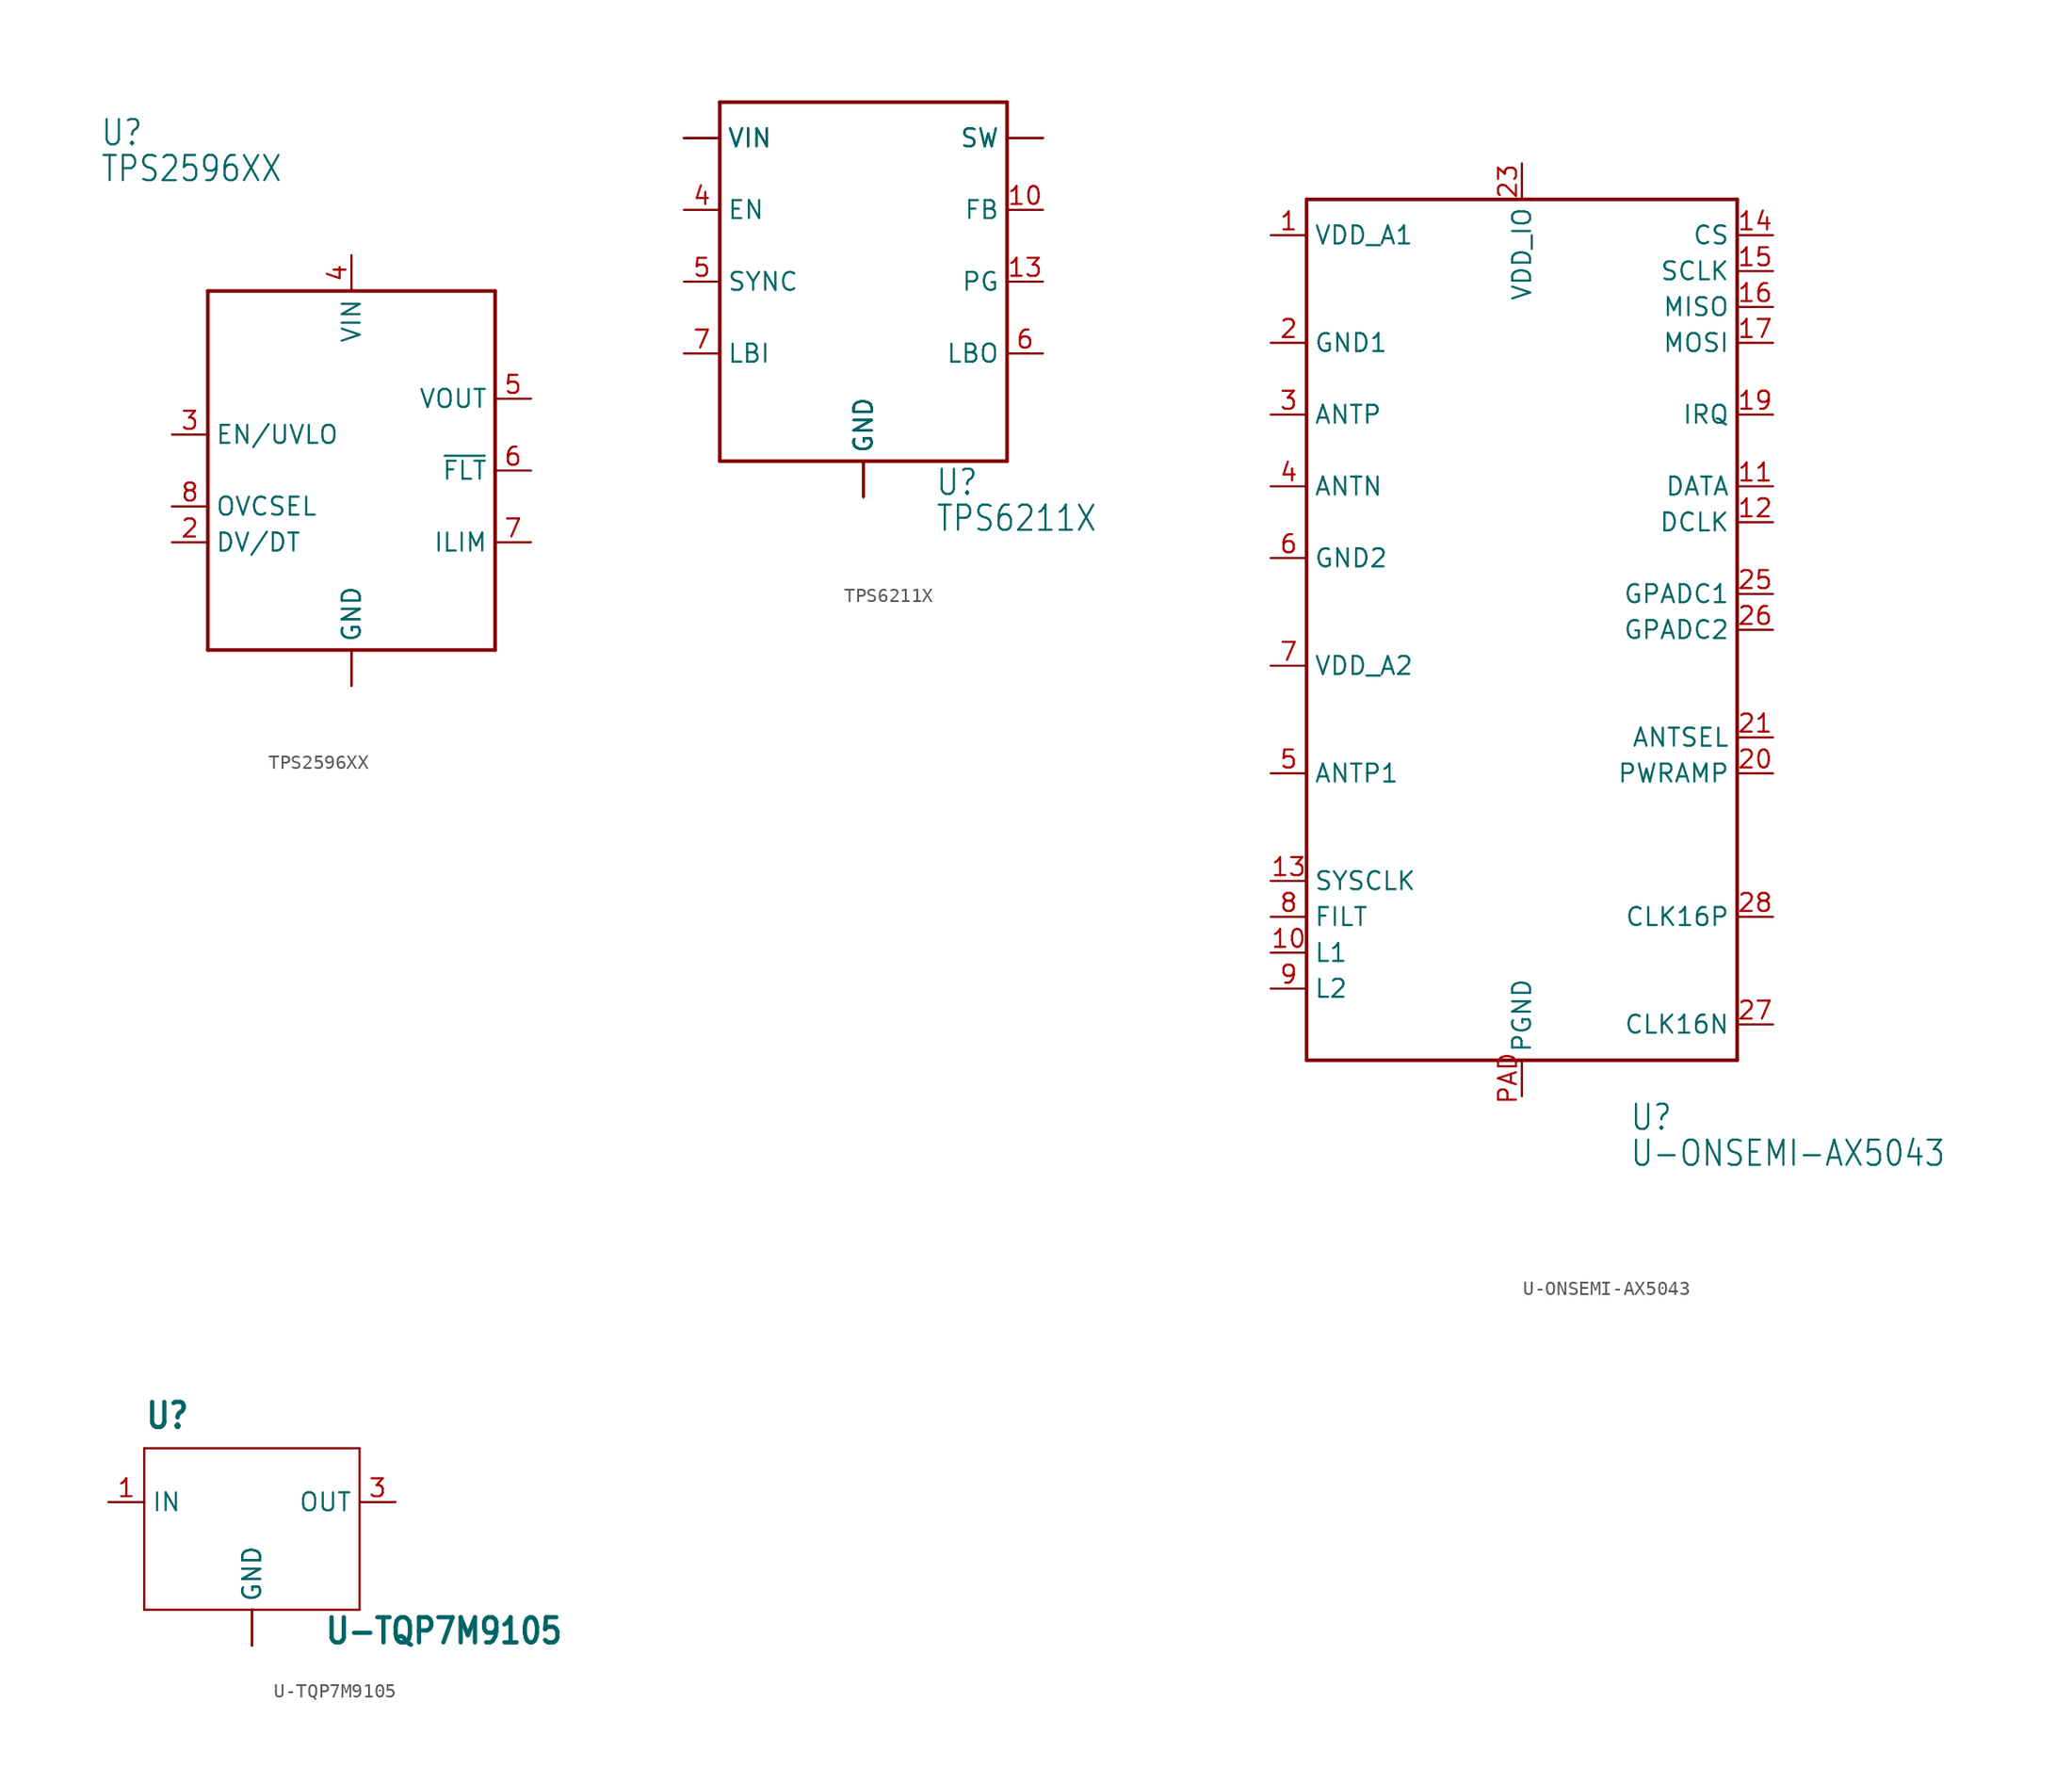
<source format=kicad_sym>
(kicad_symbol_lib
  (version 20211014)
  (generator kicad_symbol_editor)
  (symbol "TPS2596XX"
    (property "Reference" "U"
      (at -17.78 22.86 0)
      (effects (font (size 1.778 1.511)) (justify left bottom)))
    (property "Value" "TPS2596XX"
      (at -17.78 20.32 0)
      (effects (font (size 1.778 1.511)) (justify left bottom)))
    (property "ki_locked" ""
      (at 0 0 0)
      (effects (font (size 1.27 1.27))))
    (symbol "TPS2596XX_1_0"
      (polyline (pts (xy -10.16 -12.7) (xy 10.16 -12.7)) (stroke (width 0.254) (type default) (color 0 0 0 0)) (fill (type none)))
      (polyline (pts (xy -10.16 12.7) (xy -10.16 -12.7)) (stroke (width 0.254) (type default) (color 0 0 0 0)) (fill (type none)))
      (polyline (pts (xy 10.16 -12.7) (xy 10.16 12.7)) (stroke (width 0.254) (type default) (color 0 0 0 0)) (fill (type none)))
      (polyline (pts (xy 10.16 12.7) (xy -10.16 12.7)) (stroke (width 0.254) (type default) (color 0 0 0 0)) (fill (type none)))
      (pin bidirectional line (at 0 -15.24 90) (length 2.54) (name "GND" (effects (font (size 1.27 1.27)))) (number "1" (effects (font (size 0 0)))))
      (pin bidirectional line (at -12.7 -5.08 0) (length 2.54) (name "DV/DT" (effects (font (size 1.27 1.27)))) (number "2" (effects (font (size 1.27 1.27)))))
      (pin bidirectional line (at -12.7 2.54 0) (length 2.54) (name "EN/UVLO" (effects (font (size 1.27 1.27)))) (number "3" (effects (font (size 1.27 1.27)))))
      (pin power_in line (at 0 15.24 270) (length 2.54) (name "VIN" (effects (font (size 1.27 1.27)))) (number "4" (effects (font (size 1.27 1.27)))))
      (pin power_in line (at 12.7 5.08 180) (length 2.54) (name "VOUT" (effects (font (size 1.27 1.27)))) (number "5" (effects (font (size 1.27 1.27)))))
      (pin bidirectional line (at 12.7 0 180) (length 2.54) (name "~{FLT}" (effects (font (size 1.27 1.27)))) (number "6" (effects (font (size 1.27 1.27)))))
      (pin bidirectional line (at 12.7 -5.08 180) (length 2.54) (name "ILIM" (effects (font (size 1.27 1.27)))) (number "7" (effects (font (size 1.27 1.27)))))
      (pin bidirectional line (at -12.7 -2.54 0) (length 2.54) (name "OVCSEL" (effects (font (size 1.27 1.27)))) (number "8" (effects (font (size 1.27 1.27)))))
      (pin bidirectional line (at 0 -15.24 90) (length 2.54) (name "GND" (effects (font (size 1.27 1.27)))) (number "THERMAL" (effects (font (size 0 0)))))))
  (symbol "TPS6211X"
    (property "Reference" "U"
      (at 5.08 -17.78 0)
      (effects (font (size 1.778 1.511)) (justify left bottom)))
    (property "Value" "TPS6211X"
      (at 5.08 -20.32 0)
      (effects (font (size 1.778 1.511)) (justify left bottom)))
    (property "ki_locked" ""
      (at 0 0 0)
      (effects (font (size 1.27 1.27))))
    (symbol "TPS6211X_1_0"
      (polyline (pts (xy -10.16 -15.24) (xy -10.16 10.16)) (stroke (width 0.254) (type default) (color 0 0 0 0)) (fill (type none)))
      (polyline (pts (xy -10.16 10.16) (xy 10.16 10.16)) (stroke (width 0.254) (type default) (color 0 0 0 0)) (fill (type none)))
      (polyline (pts (xy 10.16 -15.24) (xy -10.16 -15.24)) (stroke (width 0.254) (type default) (color 0 0 0 0)) (fill (type none)))
      (polyline (pts (xy 10.16 10.16) (xy 10.16 -15.24)) (stroke (width 0.254) (type default) (color 0 0 0 0)) (fill (type none)))
      (pin power_in line (at 0 -17.78 90) (length 2.54) (name "GND" (effects (font (size 1.27 1.27)))) (number "1" (effects (font (size 0 0)))))
      (pin input line (at 12.7 2.54 180) (length 2.54) (name "FB" (effects (font (size 1.27 1.27)))) (number "10" (effects (font (size 1.27 1.27)))))
      (pin power_in line (at 0 -17.78 90) (length 2.54) (name "GND" (effects (font (size 1.27 1.27)))) (number "11" (effects (font (size 0 0)))))
      (pin power_in line (at 0 -17.78 90) (length 2.54) (name "GND" (effects (font (size 1.27 1.27)))) (number "12" (effects (font (size 0 0)))))
      (pin open_collector line (at 12.7 -2.54 180) (length 2.54) (name "PG" (effects (font (size 1.27 1.27)))) (number "13" (effects (font (size 1.27 1.27)))))
      (pin output line (at 12.7 7.62 180) (length 2.54) (name "SW" (effects (font (size 1.27 1.27)))) (number "14" (effects (font (size 0 0)))))
      (pin output line (at 12.7 7.62 180) (length 2.54) (name "SW" (effects (font (size 1.27 1.27)))) (number "15" (effects (font (size 0 0)))))
      (pin power_in line (at 0 -17.78 90) (length 2.54) (name "GND" (effects (font (size 1.27 1.27)))) (number "16" (effects (font (size 0 0)))))
      (pin power_in line (at -12.7 7.62 0) (length 2.54) (name "VIN" (effects (font (size 1.27 1.27)))) (number "2" (effects (font (size 0 0)))))
      (pin power_in line (at -12.7 7.62 0) (length 2.54) (name "VIN" (effects (font (size 1.27 1.27)))) (number "3" (effects (font (size 0 0)))))
      (pin input line (at -12.7 2.54 0) (length 2.54) (name "EN" (effects (font (size 1.27 1.27)))) (number "4" (effects (font (size 1.27 1.27)))))
      (pin input line (at -12.7 -2.54 0) (length 2.54) (name "SYNC" (effects (font (size 1.27 1.27)))) (number "5" (effects (font (size 1.27 1.27)))))
      (pin open_collector line (at 12.7 -7.62 180) (length 2.54) (name "LBO" (effects (font (size 1.27 1.27)))) (number "6" (effects (font (size 1.27 1.27)))))
      (pin input line (at -12.7 -7.62 0) (length 2.54) (name "LBI" (effects (font (size 1.27 1.27)))) (number "7" (effects (font (size 1.27 1.27)))))
      (pin power_in line (at -12.7 7.62 0) (length 2.54) (name "VIN" (effects (font (size 1.27 1.27)))) (number "8" (effects (font (size 0 0)))))
      (pin power_in line (at 0 -17.78 90) (length 2.54) (name "GND" (effects (font (size 1.27 1.27)))) (number "9" (effects (font (size 0 0)))))
      (pin power_in line (at 0 -17.78 90) (length 2.54) (name "GND" (effects (font (size 1.27 1.27)))) (number "PAD" (effects (font (size 0 0)))))))
  (symbol "U-ONSEMI-AX5043"
    (property "Reference" "U"
      (at 7.62 -50.8 0)
      (effects (font (size 1.778 1.511)) (justify left bottom)))
    (property "Value" "U-ONSEMI-AX5043"
      (at 7.62 -53.34 0)
      (effects (font (size 1.778 1.511)) (justify left bottom)))
    (property "ki_locked" ""
      (at 0 0 0)
      (effects (font (size 1.27 1.27))))
    (symbol "U-ONSEMI-AX5043_1_0"
      (polyline (pts (xy -15.24 -45.72) (xy -15.24 15.24)) (stroke (width 0.254) (type default) (color 0 0 0 0)) (fill (type none)))
      (polyline (pts (xy -15.24 15.24) (xy 15.24 15.24)) (stroke (width 0.254) (type default) (color 0 0 0 0)) (fill (type none)))
      (polyline (pts (xy 15.24 -45.72) (xy -15.24 -45.72)) (stroke (width 0.254) (type default) (color 0 0 0 0)) (fill (type none)))
      (polyline (pts (xy 15.24 15.24) (xy 15.24 -45.72)) (stroke (width 0.254) (type default) (color 0 0 0 0)) (fill (type none)))
      (pin power_in line (at -17.78 12.7 0) (length 2.54) (name "VDD_A1" (effects (font (size 1.27 1.27)))) (number "1" (effects (font (size 1.27 1.27)))))
      (pin bidirectional line (at -17.78 -38.1 0) (length 2.54) (name "L1" (effects (font (size 1.27 1.27)))) (number "10" (effects (font (size 1.27 1.27)))))
      (pin bidirectional line (at 17.78 -5.08 180) (length 2.54) (name "DATA" (effects (font (size 1.27 1.27)))) (number "11" (effects (font (size 1.27 1.27)))))
      (pin bidirectional line (at 17.78 -7.62 180) (length 2.54) (name "DCLK" (effects (font (size 1.27 1.27)))) (number "12" (effects (font (size 1.27 1.27)))))
      (pin bidirectional line (at -17.78 -33.02 0) (length 2.54) (name "SYSCLK" (effects (font (size 1.27 1.27)))) (number "13" (effects (font (size 1.27 1.27)))))
      (pin input line (at 17.78 12.7 180) (length 2.54) (name "CS" (effects (font (size 1.27 1.27)))) (number "14" (effects (font (size 1.27 1.27)))))
      (pin input line (at 17.78 10.16 180) (length 2.54) (name "SCLK" (effects (font (size 1.27 1.27)))) (number "15" (effects (font (size 1.27 1.27)))))
      (pin output line (at 17.78 7.62 180) (length 2.54) (name "MISO" (effects (font (size 1.27 1.27)))) (number "16" (effects (font (size 1.27 1.27)))))
      (pin input line (at 17.78 5.08 180) (length 2.54) (name "MOSI" (effects (font (size 1.27 1.27)))) (number "17" (effects (font (size 1.27 1.27)))))
      (pin bidirectional line (at 17.78 0 180) (length 2.54) (name "IRQ" (effects (font (size 1.27 1.27)))) (number "19" (effects (font (size 1.27 1.27)))))
      (pin power_in line (at -17.78 5.08 0) (length 2.54) (name "GND1" (effects (font (size 1.27 1.27)))) (number "2" (effects (font (size 1.27 1.27)))))
      (pin bidirectional line (at 17.78 -25.4 180) (length 2.54) (name "PWRAMP" (effects (font (size 1.27 1.27)))) (number "20" (effects (font (size 1.27 1.27)))))
      (pin bidirectional line (at 17.78 -22.86 180) (length 2.54) (name "ANTSEL" (effects (font (size 1.27 1.27)))) (number "21" (effects (font (size 1.27 1.27)))))
      (pin power_in line (at 0 17.78 270) (length 2.54) (name "VDD_IO" (effects (font (size 1.27 1.27)))) (number "23" (effects (font (size 1.27 1.27)))))
      (pin input line (at 17.78 -12.7 180) (length 2.54) (name "GPADC1" (effects (font (size 1.27 1.27)))) (number "25" (effects (font (size 1.27 1.27)))))
      (pin input line (at 17.78 -15.24 180) (length 2.54) (name "GPADC2" (effects (font (size 1.27 1.27)))) (number "26" (effects (font (size 1.27 1.27)))))
      (pin passive line (at 17.78 -43.18 180) (length 2.54) (name "CLK16N" (effects (font (size 1.27 1.27)))) (number "27" (effects (font (size 1.27 1.27)))))
      (pin passive line (at 17.78 -35.56 180) (length 2.54) (name "CLK16P" (effects (font (size 1.27 1.27)))) (number "28" (effects (font (size 1.27 1.27)))))
      (pin bidirectional line (at -17.78 0 0) (length 2.54) (name "ANTP" (effects (font (size 1.27 1.27)))) (number "3" (effects (font (size 1.27 1.27)))))
      (pin bidirectional line (at -17.78 -5.08 0) (length 2.54) (name "ANTN" (effects (font (size 1.27 1.27)))) (number "4" (effects (font (size 1.27 1.27)))))
      (pin bidirectional line (at -17.78 -25.4 0) (length 2.54) (name "ANTP1" (effects (font (size 1.27 1.27)))) (number "5" (effects (font (size 1.27 1.27)))))
      (pin power_in line (at -17.78 -10.16 0) (length 2.54) (name "GND2" (effects (font (size 1.27 1.27)))) (number "6" (effects (font (size 1.27 1.27)))))
      (pin power_in line (at -17.78 -17.78 0) (length 2.54) (name "VDD_A2" (effects (font (size 1.27 1.27)))) (number "7" (effects (font (size 1.27 1.27)))))
      (pin output line (at -17.78 -35.56 0) (length 2.54) (name "FILT" (effects (font (size 1.27 1.27)))) (number "8" (effects (font (size 1.27 1.27)))))
      (pin bidirectional line (at -17.78 -40.64 0) (length 2.54) (name "L2" (effects (font (size 1.27 1.27)))) (number "9" (effects (font (size 1.27 1.27)))))
      (pin power_in line (at 0 -48.26 90) (length 2.54) (name "PGND" (effects (font (size 1.27 1.27)))) (number "PAD" (effects (font (size 1.27 1.27)))))))
  (symbol "U-TQP7M9105"
    (property "Reference" "U"
      (at -7.62 7.62 0)
      (effects (font (size 1.778 1.511) bold) (justify left bottom)))
    (property "Value" "U-TQP7M9105"
      (at 5.08 -7.62 0)
      (effects (font (size 1.778 1.511) bold) (justify left bottom)))
    (property "ki_locked" ""
      (at 0 0 0)
      (effects (font (size 1.27 1.27))))
    (symbol "U-TQP7M9105_1_0"
      (polyline (pts (xy -7.62 -5.08) (xy 7.62 -5.08)) (stroke (width 0.152) (type default) (color 0 0 0 0)) (fill (type none)))
      (polyline (pts (xy -7.62 6.35) (xy -7.62 -5.08)) (stroke (width 0.152) (type default) (color 0 0 0 0)) (fill (type none)))
      (polyline (pts (xy 7.62 -5.08) (xy 7.62 6.35)) (stroke (width 0.152) (type default) (color 0 0 0 0)) (fill (type none)))
      (polyline (pts (xy 7.62 6.35) (xy -7.62 6.35)) (stroke (width 0.152) (type default) (color 0 0 0 0)) (fill (type none)))
      (pin bidirectional line (at -10.16 2.54 0) (length 2.54) (name "IN" (effects (font (size 1.27 1.27)))) (number "1" (effects (font (size 1.27 1.27)))))
      (pin power_in line (at 0 -7.62 90) (length 2.54) (name "GND" (effects (font (size 1.27 1.27)))) (number "2" (effects (font (size 0 0)))))
      (pin bidirectional line (at 10.16 2.54 180) (length 2.54) (name "OUT" (effects (font (size 1.27 1.27)))) (number "3" (effects (font (size 1.27 1.27)))))
      (pin power_in line (at 0 -7.62 90) (length 2.54) (name "GND" (effects (font (size 1.27 1.27)))) (number "PAD" (effects (font (size 0 0))))))))
</source>
